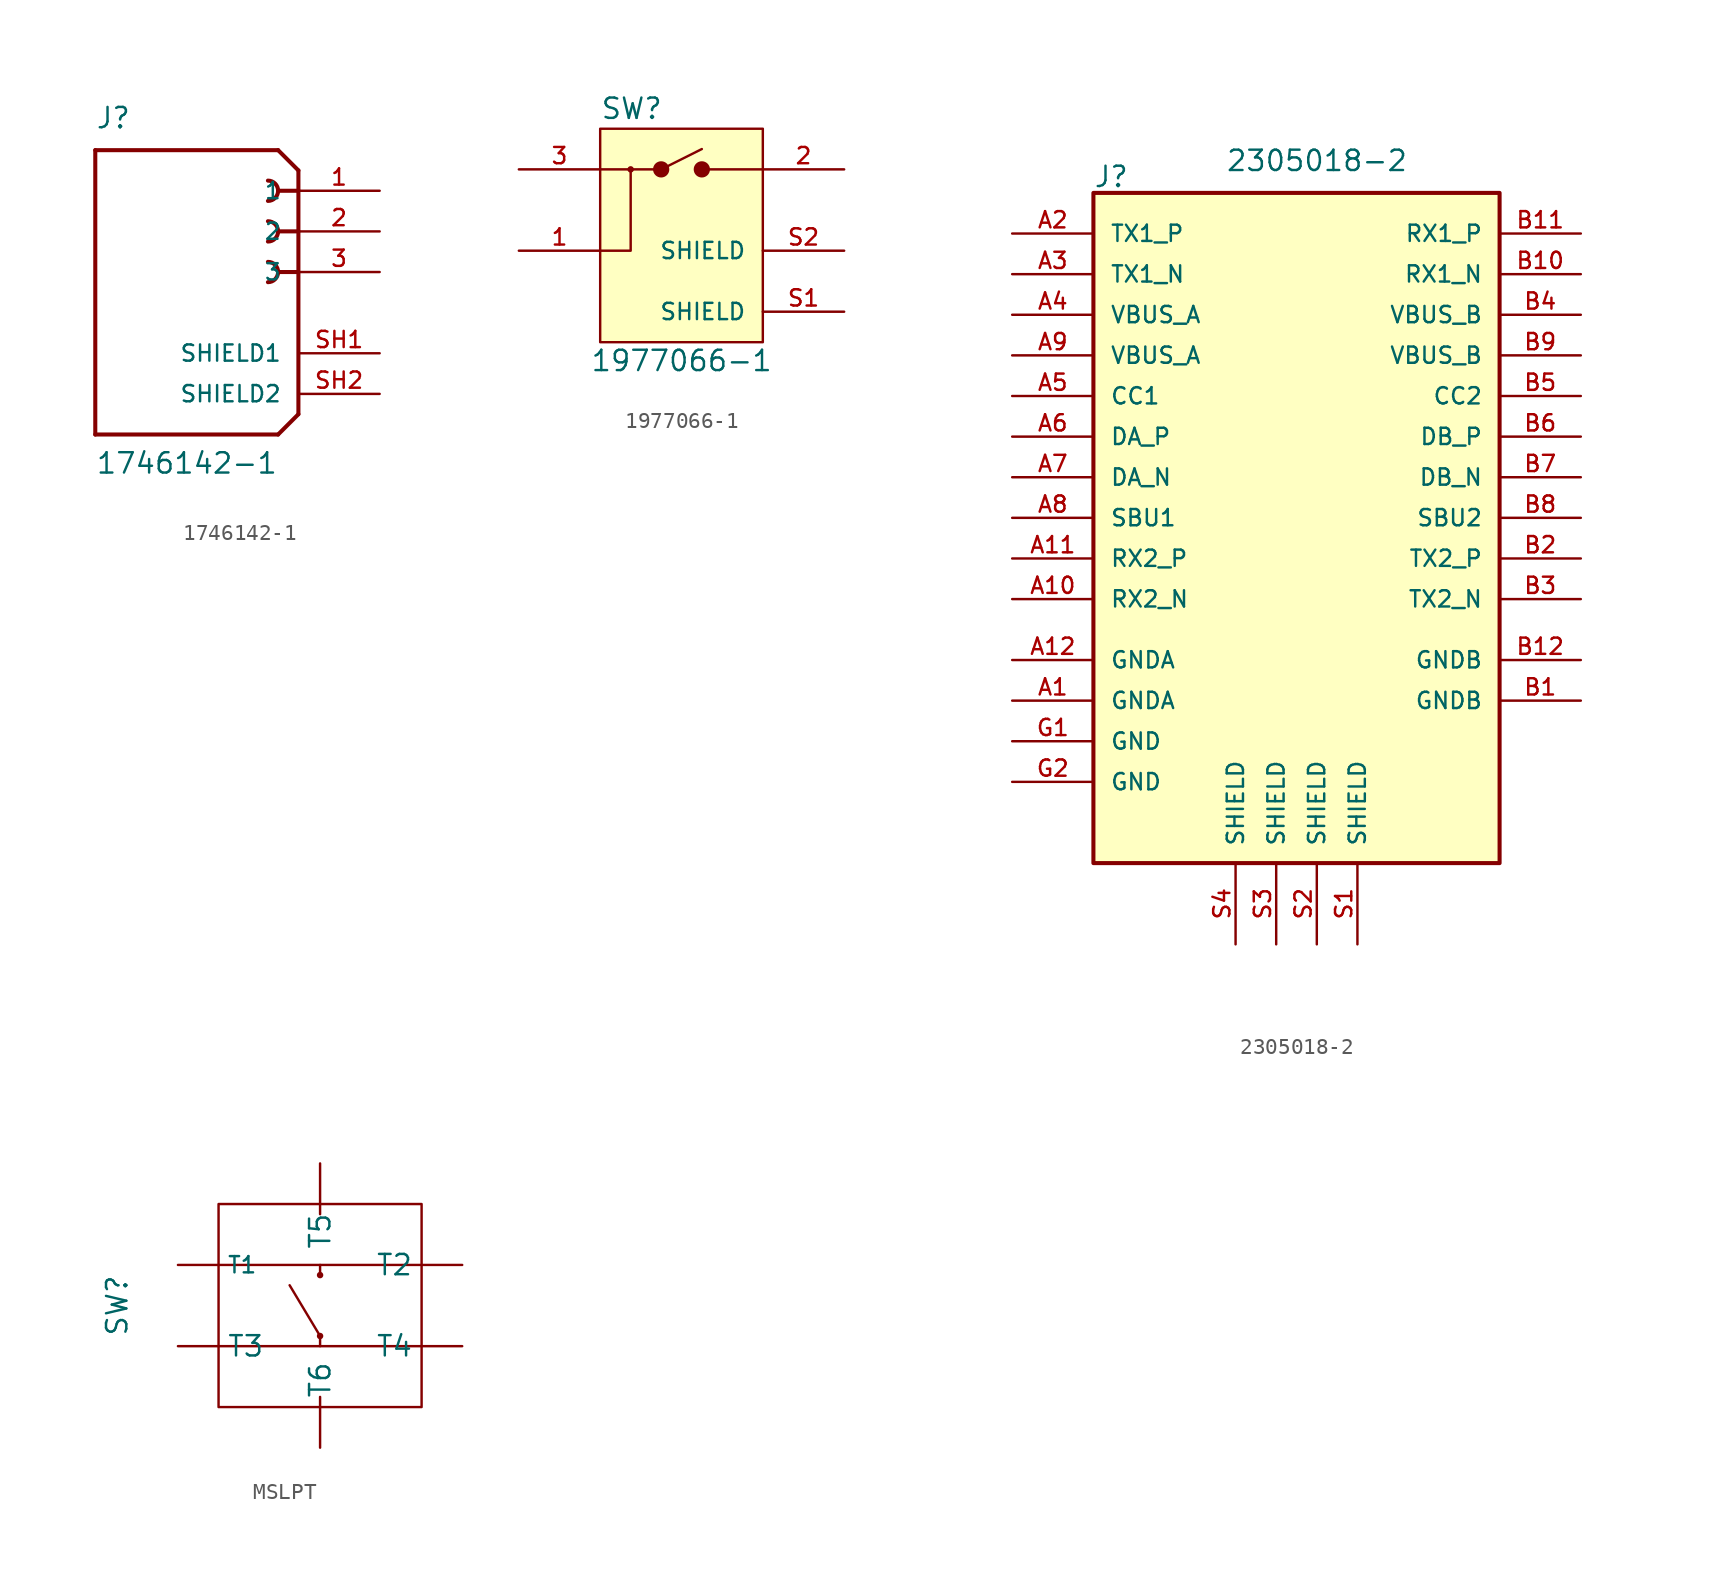
<source format=kicad_sym>
(kicad_symbol_lib
  (version 20220914)
  (generator kicad_symbol_editor)
  (generator_version "8.0")
  (symbol "1746142-1"
    (pin_names
      (offset 1.016))
    (property "Reference" "J"
      (at -12.7 8.89 0)
      (effects (font (size 1.27 1.27)) (justify left bottom)))
    (property "Value" "1746142-1"
      (at -12.7 -12.7 0)
      (effects (font (size 1.27 1.27)) (justify left bottom)))
    (symbol "1746142-1_0_0"
      (arc (start -1.905 -0.635) (mid -1.2727 0) (end -1.905 0.635) (stroke (width 0.254) (type default)) (fill (type none)))
      (arc (start -1.905 1.905) (mid -1.2727 2.54) (end -1.905 3.175) (stroke (width 0.254) (type default)) (fill (type none)))
      (arc (start -1.905 4.445) (mid -1.2727 5.08) (end -1.905 5.715) (stroke (width 0.254) (type default)) (fill (type none)))
      (polyline (pts (xy -12.7 -10.16) (xy -12.7 7.62)) (stroke (width 0.254) (type default)) (fill (type none)))
      (polyline (pts (xy -12.7 7.62) (xy -1.27 7.62)) (stroke (width 0.254) (type default)) (fill (type none)))
      (polyline (pts (xy -1.27 -10.16) (xy -12.7 -10.16)) (stroke (width 0.254) (type default)) (fill (type none)))
      (polyline (pts (xy 0 -8.89) (xy -1.27 -10.16)) (stroke (width 0.254) (type default)) (fill (type none)))
      (polyline (pts (xy 0 0) (xy -1.27 0)) (stroke (width 0.254) (type default)) (fill (type none)))
      (polyline (pts (xy 0 2.54) (xy -1.27 2.54)) (stroke (width 0.254) (type default)) (fill (type none)))
      (polyline (pts (xy 0 5.08) (xy -1.27 5.08)) (stroke (width 0.254) (type default)) (fill (type none)))
      (polyline (pts (xy 0 5.08) (xy 0 -8.89)) (stroke (width 0.254) (type default)) (fill (type none)))
      (polyline (pts (xy 0 6.35) (xy -1.27 7.62)) (stroke (width 0.254) (type default)) (fill (type none)))
      (polyline (pts (xy 0 6.35) (xy 0 5.08)) (stroke (width 0.254) (type default)) (fill (type none)))
      (pin passive line (at 5.08 5.08 180) (length 5.08) (name "1" (effects (font (size 1.016 1.016)))) (number "1" (effects (font (size 1.016 1.016)))))
      (pin passive line (at 5.08 2.54 180) (length 5.08) (name "2" (effects (font (size 1.016 1.016)))) (number "2" (effects (font (size 1.016 1.016)))))
      (pin passive line (at 5.08 0 180) (length 5.08) (name "3" (effects (font (size 1.016 1.016)))) (number "3" (effects (font (size 1.016 1.016)))))
      (pin passive line (at 5.08 -5.08 180) (length 5.08) (name "SHIELD1" (effects (font (size 1.016 1.016)))) (number "SH1" (effects (font (size 1.016 1.016)))))
      (pin passive line (at 5.08 -7.62 180) (length 5.08) (name "SHIELD2" (effects (font (size 1.016 1.016)))) (number "SH2" (effects (font (size 1.016 1.016)))))))
  (symbol "1977066-1"
    (pin_names
      (offset 1.016))
    (property "Reference" "SW"
      (at -5.085 5.594 0)
      (effects (font (size 1.27 1.27)) (justify left bottom)))
    (property "Value" "1977066-1"
      (at -5.715 -10.16 0)
      (effects (font (size 1.27 1.27)) (justify left bottom)))
    (symbol "1977066-1_0_0"
      (rectangle (start -5.08 5.08) (end 5.08 -8.255) (stroke (width 0.152) (type default)) (fill (type background)))
      (circle (center -1.27 2.54) (radius 0.254) (stroke (width 0.508) (type default)) (fill (type none)))
      (polyline (pts (xy -5.08 2.54) (xy -1.27 2.54)) (stroke (width 0.152) (type default)) (fill (type none)))
      (polyline (pts (xy -1.27 2.54) (xy 1.27 3.81)) (stroke (width 0.152) (type default)) (fill (type none)))
      (polyline (pts (xy 1.27 2.54) (xy 5.08 2.54)) (stroke (width 0.152) (type default)) (fill (type none)))
      (circle (center 1.27 2.54) (radius 0.254) (stroke (width 0.508) (type default)) (fill (type none)))
      (pin passive line (at -10.16 -2.54 0) (length 5.08) (name "~" (effects (font (size 1.016 1.016)))) (number "1" (effects (font (size 1.016 1.016)))))
      (pin passive line (at 10.16 2.54 180) (length 5.08) (name "~" (effects (font (size 1.016 1.016)))) (number "2" (effects (font (size 1.016 1.016)))))
      (pin passive line (at -10.16 2.54 0) (length 5.08) (name "~" (effects (font (size 1.016 1.016)))) (number "3" (effects (font (size 1.016 1.016)))))
      (pin passive line (at 10.16 -6.35 180) (length 5.08) (name "SHIELD" (effects (font (size 1.016 1.016)))) (number "S1" (effects (font (size 1.016 1.016)))))
      (pin passive line (at 10.16 -2.54 180) (length 5.08) (name "SHIELD" (effects (font (size 1.016 1.016)))) (number "S2" (effects (font (size 1.016 1.016))))))
    (symbol "1977066-1_0_1"
      (circle (center -3.175 2.54) (radius 0.127) (stroke (width 0) (type default)) (fill (type none)))
      (polyline (pts (xy -5.08 -2.54) (xy -3.175 -2.54) (xy -3.175 2.54)) (stroke (width 0) (type default)) (fill (type none)))))
  (symbol "2305018-2"
    (pin_names
      (offset 1.016))
    (property "Reference" "J"
      (at -12.71 18.049 0)
      (effects (font (size 1.27 1.27)) (justify left bottom)))
    (property "Value" "2305018-2"
      (at -4.445 19.05 0)
      (effects (font (size 1.27 1.27)) (justify left bottom)))
    (symbol "2305018-2_0_0"
      (rectangle (start -12.7 17.78) (end 12.7 -24.13) (stroke (width 0.254) (type default)) (fill (type background)))
      (pin passive line (at -17.78 -13.97 0) (length 5.08) (name "GNDA" (effects (font (size 1.016 1.016)))) (number "A1" (effects (font (size 1.016 1.016)))))
      (pin passive line (at -17.78 -7.62 0) (length 5.08) (name "RX2_N" (effects (font (size 1.016 1.016)))) (number "A10" (effects (font (size 1.016 1.016)))))
      (pin passive line (at -17.78 -5.08 0) (length 5.08) (name "RX2_P" (effects (font (size 1.016 1.016)))) (number "A11" (effects (font (size 1.016 1.016)))))
      (pin passive line (at -17.78 -11.43 0) (length 5.08) (name "GNDA" (effects (font (size 1.016 1.016)))) (number "A12" (effects (font (size 1.016 1.016)))))
      (pin passive line (at -17.78 15.24 0) (length 5.08) (name "TX1_P" (effects (font (size 1.016 1.016)))) (number "A2" (effects (font (size 1.016 1.016)))))
      (pin passive line (at -17.78 12.7 0) (length 5.08) (name "TX1_N" (effects (font (size 1.016 1.016)))) (number "A3" (effects (font (size 1.016 1.016)))))
      (pin passive line (at -17.78 10.16 0) (length 5.08) (name "VBUS_A" (effects (font (size 1.016 1.016)))) (number "A4" (effects (font (size 1.016 1.016)))))
      (pin passive line (at -17.78 5.08 0) (length 5.08) (name "CC1" (effects (font (size 1.016 1.016)))) (number "A5" (effects (font (size 1.016 1.016)))))
      (pin passive line (at -17.78 2.54 0) (length 5.08) (name "DA_P" (effects (font (size 1.016 1.016)))) (number "A6" (effects (font (size 1.016 1.016)))))
      (pin passive line (at -17.78 0 0) (length 5.08) (name "DA_N" (effects (font (size 1.016 1.016)))) (number "A7" (effects (font (size 1.016 1.016)))))
      (pin passive line (at -17.78 -2.54 0) (length 5.08) (name "SBU1" (effects (font (size 1.016 1.016)))) (number "A8" (effects (font (size 1.016 1.016)))))
      (pin passive line (at -17.78 7.62 0) (length 5.08) (name "VBUS_A" (effects (font (size 1.016 1.016)))) (number "A9" (effects (font (size 1.016 1.016)))))
      (pin passive line (at 17.78 -13.97 180) (length 5.08) (name "GNDB" (effects (font (size 1.016 1.016)))) (number "B1" (effects (font (size 1.016 1.016)))))
      (pin passive line (at 17.78 12.7 180) (length 5.08) (name "RX1_N" (effects (font (size 1.016 1.016)))) (number "B10" (effects (font (size 1.016 1.016)))))
      (pin passive line (at 17.78 15.24 180) (length 5.08) (name "RX1_P" (effects (font (size 1.016 1.016)))) (number "B11" (effects (font (size 1.016 1.016)))))
      (pin passive line (at 17.78 -11.43 180) (length 5.08) (name "GNDB" (effects (font (size 1.016 1.016)))) (number "B12" (effects (font (size 1.016 1.016)))))
      (pin passive line (at 17.78 -5.08 180) (length 5.08) (name "TX2_P" (effects (font (size 1.016 1.016)))) (number "B2" (effects (font (size 1.016 1.016)))))
      (pin passive line (at 17.78 -7.62 180) (length 5.08) (name "TX2_N" (effects (font (size 1.016 1.016)))) (number "B3" (effects (font (size 1.016 1.016)))))
      (pin passive line (at 17.78 10.16 180) (length 5.08) (name "VBUS_B" (effects (font (size 1.016 1.016)))) (number "B4" (effects (font (size 1.016 1.016)))))
      (pin passive line (at 17.78 5.08 180) (length 5.08) (name "CC2" (effects (font (size 1.016 1.016)))) (number "B5" (effects (font (size 1.016 1.016)))))
      (pin passive line (at 17.78 2.54 180) (length 5.08) (name "DB_P" (effects (font (size 1.016 1.016)))) (number "B6" (effects (font (size 1.016 1.016)))))
      (pin passive line (at 17.78 0 180) (length 5.08) (name "DB_N" (effects (font (size 1.016 1.016)))) (number "B7" (effects (font (size 1.016 1.016)))))
      (pin passive line (at 17.78 -2.54 180) (length 5.08) (name "SBU2" (effects (font (size 1.016 1.016)))) (number "B8" (effects (font (size 1.016 1.016)))))
      (pin passive line (at 17.78 7.62 180) (length 5.08) (name "VBUS_B" (effects (font (size 1.016 1.016)))) (number "B9" (effects (font (size 1.016 1.016)))))
      (pin power_in line (at -17.78 -16.51 0) (length 5.08) (name "GND" (effects (font (size 1.016 1.016)))) (number "G1" (effects (font (size 1.016 1.016)))))
      (pin power_in line (at -17.78 -19.05 0) (length 5.08) (name "GND" (effects (font (size 1.016 1.016)))) (number "G2" (effects (font (size 1.016 1.016)))))
      (pin power_in line (at 3.81 -29.21 90) (length 5.08) (name "SHIELD" (effects (font (size 1.016 1.016)))) (number "S1" (effects (font (size 1.016 1.016)))))
      (pin power_in line (at 1.27 -29.21 90) (length 5.08) (name "SHIELD" (effects (font (size 1.016 1.016)))) (number "S2" (effects (font (size 1.016 1.016)))))
      (pin power_in line (at -1.27 -29.21 90) (length 5.08) (name "SHIELD" (effects (font (size 1.016 1.016)))) (number "S3" (effects (font (size 1.016 1.016)))))
      (pin power_in line (at -3.81 -29.21 90) (length 5.08) (name "SHIELD" (effects (font (size 1.016 1.016)))) (number "S4" (effects (font (size 1.016 1.016)))))))
  (symbol "MSLPT"
    (pin_numbers hide)
    (property "Reference" "SW"
      (at -12.7 0 90)
      (effects (font (size 1.27 1.27))))
    (property "Value" ""
      (at -1.27 -2.54 90)
      (effects (font (size 1.27 1.27))))
    (symbol "MSLPT_0_1"
      (rectangle (start -6.35 -6.35) (end 6.35 6.35) (stroke (width 0) (type default)) (fill (type none)))
      (circle (center 0 -1.905) (radius 0.127) (stroke (width 0) (type default)) (fill (type none)))
      (polyline (pts (xy -6.35 -2.54) (xy 6.35 -2.54)) (stroke (width 0) (type default)) (fill (type none)))
      (polyline (pts (xy -6.35 2.54) (xy 6.35 2.54)) (stroke (width 0) (type default)) (fill (type none)))
      (polyline (pts (xy 0 -6.35) (xy 0 -5.715)) (stroke (width 0) (type default)) (fill (type none)))
      (polyline (pts (xy 0 -2.54) (xy 0 -1.905)) (stroke (width 0) (type default)) (fill (type none)))
      (polyline (pts (xy 0 -1.905) (xy -1.905 1.27)) (stroke (width 0) (type default)) (fill (type none)))
      (polyline (pts (xy 0 2.54) (xy 0 1.905)) (stroke (width 0) (type default)) (fill (type none)))
      (polyline (pts (xy 0 6.35) (xy 0 5.715)) (stroke (width 0) (type default)) (fill (type none)))
      (circle (center 0 1.905) (radius 0.127) (stroke (width 0) (type default)) (fill (type none))))
    (symbol "MSLPT_1_0"
      (pin passive line (at -8.89 2.54 0) (length 2.54) (name "T1" (effects (font (size 1.016 1.016)))) (number "T1" (effects (font (size 1.016 1.016)))))
      (pin passive line (at 8.89 2.54 180) (length 2.54) (name "T2" (effects (font (size 1.27 1.27)))) (number "T2" (effects (font (size 1.27 1.27)))))
      (pin passive line (at -8.89 -2.54 0) (length 2.54) (name "T3" (effects (font (size 1.27 1.27)))) (number "T3" (effects (font (size 1.27 1.27)))))
      (pin passive line (at 8.89 -2.54 180) (length 2.54) (name "T4" (effects (font (size 1.27 1.27)))) (number "T4" (effects (font (size 1.27 1.27)))))
      (pin free line (at 0 8.89 270) (length 2.54) (name "T5" (effects (font (size 1.27 1.27)))) (number "T5" (effects (font (size 1.27 1.27)))))
      (pin free line (at 0 -8.89 90) (length 2.54) (name "T6" (effects (font (size 1.27 1.27)))) (number "T6" (effects (font (size 1.27 1.27))))))))
</source>
